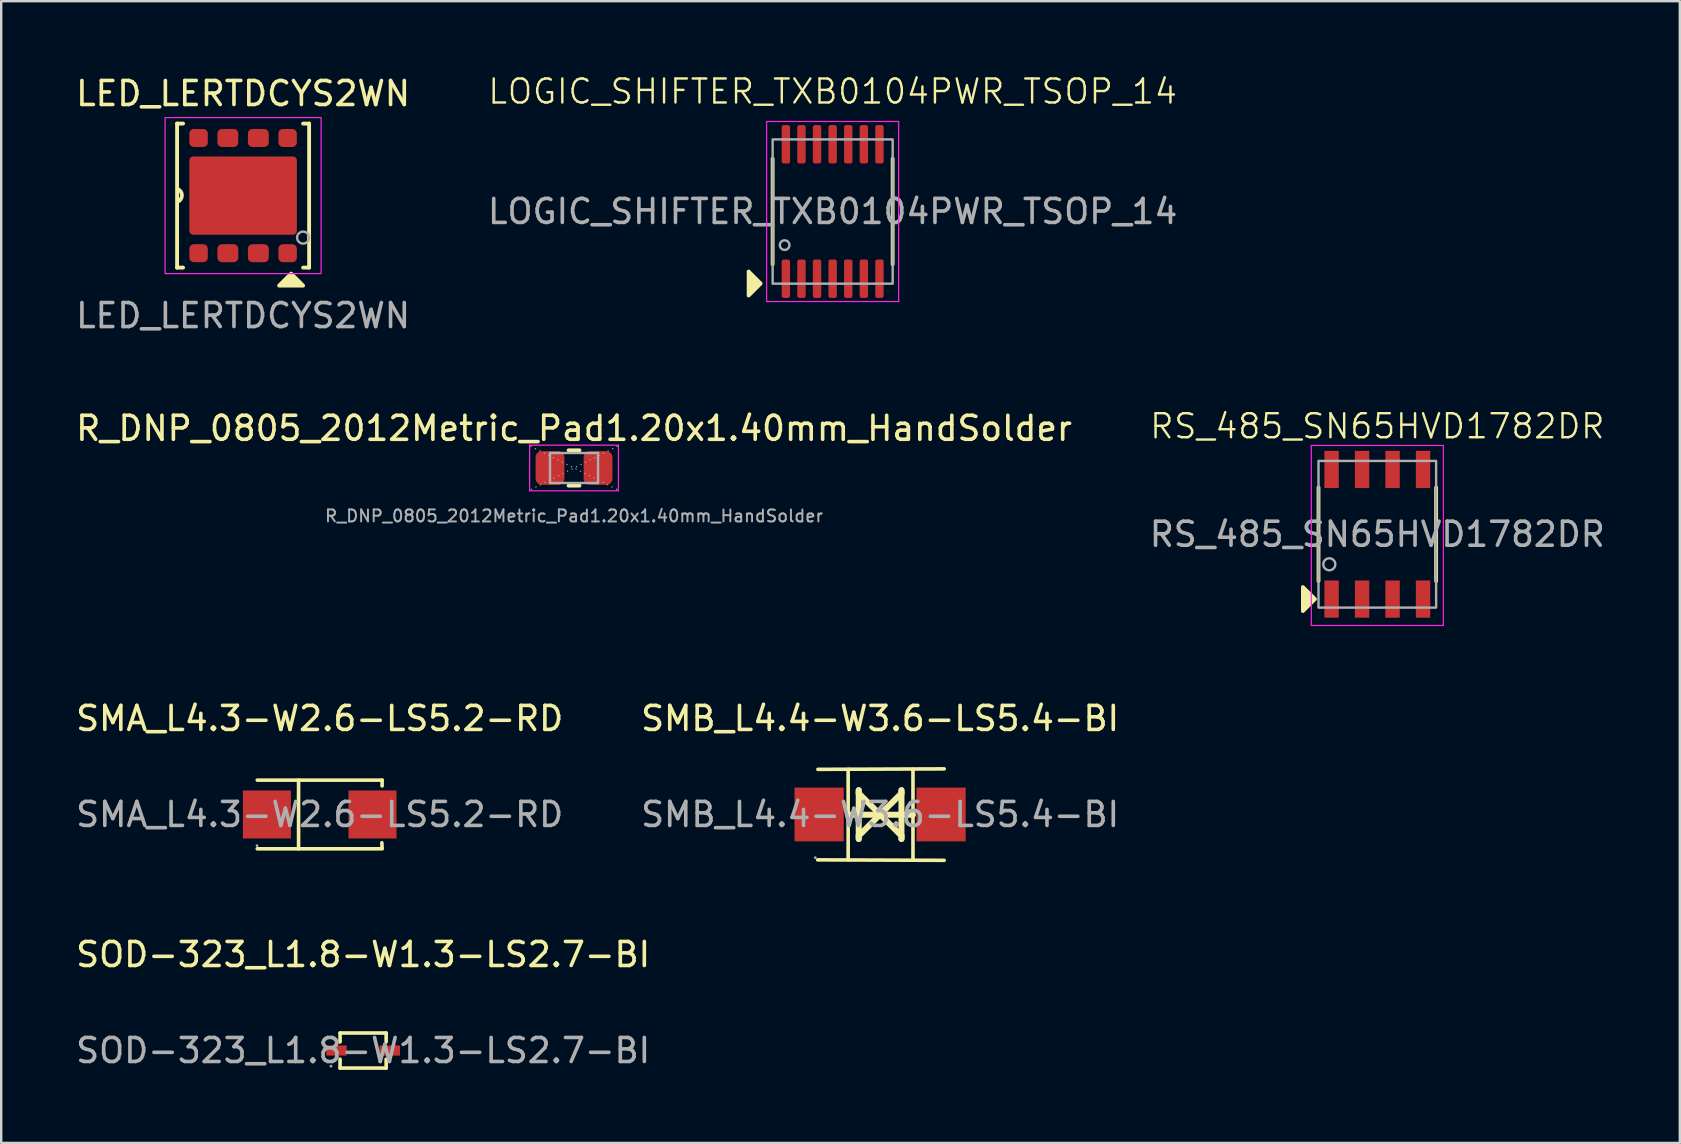
<source format=kicad_pcb>
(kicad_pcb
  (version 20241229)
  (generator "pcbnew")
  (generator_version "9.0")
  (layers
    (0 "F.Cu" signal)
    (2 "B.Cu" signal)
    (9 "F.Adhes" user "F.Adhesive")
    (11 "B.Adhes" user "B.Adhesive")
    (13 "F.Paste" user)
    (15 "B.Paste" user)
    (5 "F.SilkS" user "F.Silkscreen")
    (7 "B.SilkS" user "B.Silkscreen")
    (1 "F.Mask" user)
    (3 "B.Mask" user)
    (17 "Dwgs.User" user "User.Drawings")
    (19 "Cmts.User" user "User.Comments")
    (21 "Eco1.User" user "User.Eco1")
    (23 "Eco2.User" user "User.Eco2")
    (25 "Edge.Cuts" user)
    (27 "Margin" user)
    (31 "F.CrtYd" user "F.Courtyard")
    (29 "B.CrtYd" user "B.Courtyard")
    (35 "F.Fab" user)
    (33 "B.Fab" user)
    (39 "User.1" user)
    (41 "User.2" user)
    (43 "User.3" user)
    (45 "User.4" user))
  (footprint "LED_LERTDCYS2WN"
    (layer "F.Cu")
    (at 7.077 5.098)
    (property "Reference" "LED_LERTDCYS2WN" (at 0 -4.25 0) (layer "F.SilkS") (effects (font (size 1 1) (thickness 0.15))))
    (attr smd)
    (fp_line (start -2.75 -3) (end -2.5 -3) (stroke (width 0.16) (type default)) (layer "F.SilkS"))
    (fp_line (start -2.75 3) (end -2.75 -3) (stroke (width 0.16) (type default)) (layer "F.SilkS"))
    (fp_line (start -2.75 3) (end -2.5 3) (stroke (width 0.16) (type default)) (layer "F.SilkS"))
    (fp_line (start 2.5 -3) (end 2.75 -3) (stroke (width 0.16) (type default)) (layer "F.SilkS"))
    (fp_line (start 2.5 3) (end 2.75 3) (stroke (width 0.16) (type default)) (layer "F.SilkS"))
    (fp_line (start 2.75 3) (end 2.75 -3) (stroke (width 0.16) (type default)) (layer "F.SilkS"))
    (fp_arc (start -2.719896 -0.268438) (mid -2.548691 -0.010503) (end -2.715962 0.25) (stroke (width 0.16) (type default)) (layer "F.SilkS"))
    (fp_poly (pts (xy 1.5 3.75) (xy 2 3.25) (xy 2.5 3.75)) (stroke (width 0.16) (type solid)) (fill yes) (layer "F.SilkS"))
    (fp_rect (start -3.25 -3.25) (end 3.25 3.25) (stroke (width 0.05) (type default)) (fill no) (layer "F.CrtYd"))
    (fp_circle (center 2.5 1.75) (end 2.75 1.75) (stroke (width 0.1) (type default)) (fill no) (layer "F.Fab"))
    (fp_text user "${REFERENCE}" (at 0 5 0) (layer "F.Fab") (effects (font (size 1 1) (thickness 0.15))))
    (dimension (type aligned) (layer "User.1") (pts (xy 9.317 2.698) (xy 4.837 2.698)) (height 0.85) (format (prefix "") (suffix "") (units 3) (units_format 1) (precision 3)) (style (thickness 0.05) (arrow_length 0.1) (text_position_mode 0) (arrow_direction outward) (extension_height 0.2) (extension_offset 0.2) (keep_text_aligned yes)) (gr_text "4.480 mm" (at 7.077 1.723 0) (layer "User.1") (effects (font (size 0.1 0.1) (thickness 0.05)))))
    (dimension (type aligned) (layer "User.1") (pts (xy 7.712 2.9) (xy 6.442 2.9)) (height 0.596) (format (prefix "") (suffix "") (units 3) (units_format 1) (precision 3)) (style (thickness 0.05) (arrow_length 0.1) (text_position_mode 0) (arrow_direction outward) (extension_height 0.2) (extension_offset 0.2) (keep_text_aligned yes)) (gr_text "1.270 mm" (at 7.077 2.179 0) (layer "User.1") (effects (font (size 0.1 0.1) (thickness 0.05)))))
    (pad "1" smd roundrect (at 1.855 2.4) (size 0.67 0.65) (layers "F.Cu" "F.Paste") (roundrect_rratio 0.25))
    (pad "1" smd roundrect (at 1.855 2.4) (size 0.77 0.75) (layers "F.Cu" "F.Mask") (roundrect_rratio 0.25))
    (pad "2" smd roundrect (at 0.635 2.4) (size 0.77 0.65) (layers "F.Cu" "F.Paste") (roundrect_rratio 0.25))
    (pad "2" smd roundrect (at 0.635 2.4) (size 0.87 0.75) (layers "F.Cu" "F.Mask") (roundrect_rratio 0.25))
    (pad "3" smd roundrect (at -0.635 2.4) (size 0.77 0.65) (layers "F.Cu" "F.Paste") (roundrect_rratio 0.25))
    (pad "3" smd roundrect (at -0.635 2.4) (size 0.87 0.75) (layers "F.Cu" "F.Mask") (roundrect_rratio 0.25))
    (pad "4" smd roundrect (at -1.855 2.4) (size 0.67 0.65) (layers "F.Cu" "F.Paste") (roundrect_rratio 0.25))
    (pad "4" smd roundrect (at -1.855 2.4) (size 0.77 0.75) (layers "F.Cu" "F.Mask") (roundrect_rratio 0.25))
    (pad "5" smd roundrect (at -1.855 -2.4) (size 0.67 0.65) (layers "F.Cu" "F.Paste") (roundrect_rratio 0.25))
    (pad "5" smd roundrect (at -1.855 -2.4) (size 0.77 0.75) (layers "F.Cu" "F.Mask") (roundrect_rratio 0.25))
    (pad "6" smd roundrect (at -0.635 -2.4) (size 0.77 0.65) (layers "F.Cu" "F.Paste") (roundrect_rratio 0.25))
    (pad "6" smd roundrect (at -0.635 -2.4) (size 0.87 0.75) (layers "F.Cu" "F.Mask") (roundrect_rratio 0.25))
    (pad "7" smd roundrect (at 0.635 -2.4) (size 0.77 0.65) (layers "F.Cu" "F.Paste") (roundrect_rratio 0.25))
    (pad "7" smd roundrect (at 0.635 -2.4) (size 0.87 0.75) (layers "F.Cu" "F.Mask") (roundrect_rratio 0.25))
    (pad "8" smd roundrect (at 1.855 -2.4) (size 0.67 0.65) (layers "F.Cu" "F.Paste") (roundrect_rratio 0.25))
    (pad "8" smd roundrect (at 1.855 -2.4) (size 0.77 0.75) (layers "F.Cu" "F.Mask") (roundrect_rratio 0.25))
    (pad "9" smd roundrect (at -1.755 -0.86) (size 0.87 1.43) (layers "F.Cu" "F.Paste") (roundrect_rratio 0.25))
    (pad "9" smd roundrect (at -1.755 0.86) (size 0.87 1.43) (layers "F.Cu" "F.Paste") (roundrect_rratio 0.25))
    (pad "9" smd roundrect (at -0.585 -0.86) (size 0.87 1.43) (layers "F.Cu" "F.Paste") (roundrect_rratio 0.25))
    (pad "9" smd roundrect (at -0.585 0.86) (size 0.87 1.43) (layers "F.Cu" "F.Paste") (roundrect_rratio 0.25))
    (pad "9" smd roundrect (at 0 0) (size 4.48 3.26) (property pad_prop_heatsink) (layers "F.Cu" "F.Mask") (roundrect_rratio 0.05))
    (pad "9" smd roundrect (at 0.585 -0.86) (size 0.87 1.43) (layers "F.Cu" "F.Paste") (roundrect_rratio 0.25))
    (pad "9" smd roundrect (at 0.585 0.86) (size 0.87 1.43) (layers "F.Cu" "F.Paste") (roundrect_rratio 0.25))
    (pad "9" smd roundrect (at 1.755 -0.86) (size 0.87 1.43) (layers "F.Cu" "F.Paste") (roundrect_rratio 0.25))
    (pad "9" smd roundrect (at 1.755 0.86) (size 0.87 1.43) (layers "F.Cu" "F.Paste") (roundrect_rratio 0.25)))
  (footprint "LOGIC_SHIFTER_TXB0104PWR_TSOP_14"
    (layer "F.Cu")
    (at 31.637 5.761)
    (property "Reference" "LOGIC_SHIFTER_TXB0104PWR_TSOP_14" (at 0 -5 0) (unlocked yes) (layer "F.SilkS") (effects (font (size 1 1) (thickness 0.1))))
    (attr smd)
    (fp_line (start -2.5 -2.2) (end -2.5 2.2) (stroke (width 0.16) (type default)) (layer "F.SilkS"))
    (fp_line (start 2.5 -2.2) (end 2.5 2.2) (stroke (width 0.16) (type default)) (layer "F.SilkS"))
    (fp_poly (pts (xy -3.5 2.5) (xy -3 3) (xy -3.5 3.5)) (stroke (width 0.16) (type solid)) (fill yes) (layer "F.SilkS"))
    (fp_line (start -2.75 -3.75) (end 2.75 -3.75) (stroke (width 0.05) (type default)) (layer "F.CrtYd"))
    (fp_line (start -2.75 3.75) (end -2.75 -3.75) (stroke (width 0.05) (type default)) (layer "F.CrtYd"))
    (fp_line (start 2.75 -3.75) (end 2.75 3.75) (stroke (width 0.05) (type default)) (layer "F.CrtYd"))
    (fp_line (start 2.75 3.75) (end -2.75 3.75) (stroke (width 0.05) (type default)) (layer "F.CrtYd"))
    (fp_rect (start -2.5 -3.005) (end 2.5 3.005) (stroke (width 0.1) (type default)) (fill no) (layer "F.Fab"))
    (fp_circle (center -2 1.4) (end -1.8 1.4) (stroke (width 0.1) (type default)) (fill no) (layer "F.Fab"))
    (fp_text user "${REFERENCE}" (at 0 0 0) (unlocked yes) (layer "F.Fab") (effects (font (size 1 1) (thickness 0.15))))
    (dimension (type aligned) (layer "User.1") (pts (xy 29.512 2.26) (xy 29.862 2.26)) (height -0.4) (format (prefix "") (suffix "") (units 3) (units_format 1) (precision 2)) (style (thickness 0.01) (arrow_length 0.01) (text_position_mode 2) (arrow_direction outward) (extension_height 0) (extension_offset 0) (keep_text_aligned yes)) (gr_text "0.35 mm" (at 29.737 1.76 0) (layer "User.1") (effects (font (size 0.1 0.1) (thickness 0.15)))))
    (dimension (type aligned) (layer "User.1") (pts (xy 29.687 2.961) (xy 29.687 8.56)) (height 1.05) (format (prefix "") (suffix "") (units 3) (units_format 1) (precision 4) (suppress_zeroes yes)) (style (thickness 0.01) (arrow_length 0.01) (text_position_mode 2) (arrow_direction outward) (extension_height 0) (extension_offset 0) (keep_text_aligned yes)) (gr_text "5.6 mm" (at 28.637 5.761 90) (layer "User.1") (effects (font (size 0.1 0.1) (thickness 0.15)))))
    (dimension (type aligned) (layer "User.1") (pts (xy 29.362 2.16) (xy 29.362 3.76)) (height 0.175) (format (prefix "") (suffix "") (units 3) (units_format 1) (precision 4) (suppress_zeroes yes)) (style (thickness 0.01) (arrow_length 0.01) (text_position_mode 2) (arrow_direction outward) (extension_height 0) (extension_offset 0) (keep_text_aligned yes)) (gr_text "1.6 mm" (at 29.187 2.861 90) (layer "User.1") (effects (font (size 0.1 0.1) (thickness 0.15)))))
    (dimension (type aligned) (layer "User.1") (pts (xy 30.987 3.061) (xy 31.637 3.061)) (height -1.2) (format (prefix "") (suffix "") (units 3) (units_format 1) (precision 2) (suppress_zeroes yes)) (style (thickness 0.01) (arrow_length 0.01) (text_position_mode 0) (arrow_direction outward) (extension_height 0) (extension_offset 0) (keep_text_aligned yes)) (gr_text "0.65 mm" (at 31.312 1.736 0) (layer "User.1") (effects (font (size 0.1 0.1) (thickness 0.15)))))
    (pad "1" smd roundrect (at -1.95 2.8) (size 0.35 1.6) (layers "F.Cu" "F.Mask" "F.Paste") (roundrect_rratio 0.25))
    (pad "2" smd roundrect (at -1.3 2.8) (size 0.35 1.6) (layers "F.Cu" "F.Mask" "F.Paste") (roundrect_rratio 0.25))
    (pad "3" smd roundrect (at -0.65 2.8) (size 0.35 1.6) (layers "F.Cu" "F.Mask" "F.Paste") (roundrect_rratio 0.25))
    (pad "4" smd roundrect (at 0 2.8) (size 0.35 1.6) (layers "F.Cu" "F.Mask" "F.Paste") (roundrect_rratio 0.25))
    (pad "5" smd roundrect (at 0.65 2.8) (size 0.35 1.6) (layers "F.Cu" "F.Mask" "F.Paste") (roundrect_rratio 0.25))
    (pad "6" smd roundrect (at 1.3 2.8) (size 0.35 1.6) (layers "F.Cu" "F.Mask" "F.Paste") (roundrect_rratio 0.25))
    (pad "7" smd roundrect (at 1.95 2.8) (size 0.35 1.6) (layers "F.Cu" "F.Mask" "F.Paste") (roundrect_rratio 0.25))
    (pad "8" smd roundrect (at 1.95 -2.8) (size 0.35 1.6) (layers "F.Cu" "F.Mask" "F.Paste") (roundrect_rratio 0.25))
    (pad "9" smd roundrect (at 1.3 -2.8) (size 0.35 1.6) (layers "F.Cu" "F.Mask" "F.Paste") (roundrect_rratio 0.25))
    (pad "10" smd roundrect (at 0.65 -2.8) (size 0.35 1.6) (layers "F.Cu" "F.Mask" "F.Paste") (roundrect_rratio 0.25))
    (pad "11" smd roundrect (at 0 -2.8) (size 0.35 1.6) (layers "F.Cu" "F.Mask" "F.Paste") (roundrect_rratio 0.25))
    (pad "12" smd roundrect (at -0.65 -2.8) (size 0.35 1.6) (layers "F.Cu" "F.Mask" "F.Paste") (roundrect_rratio 0.25))
    (pad "13" smd roundrect (at -1.3 -2.8) (size 0.35 1.6) (layers "F.Cu" "F.Mask" "F.Paste") (roundrect_rratio 0.25))
    (pad "14" smd roundrect (at -1.95 -2.8) (size 0.35 1.6) (layers "F.Cu" "F.Mask" "F.Paste") (roundrect_rratio 0.25)))
  (footprint "SMA_L4.3-W2.6-LS5.2-RD"
    (layer "F.Cu")
    (at 10.268 30.88)
    (property "Reference" "SMA_L4.3-W2.6-LS5.2-RD" (at 0 -4 0) (layer "F.SilkS") (effects (font (size 1 1) (thickness 0.15))))
    (attr smd)
    (fp_line (start -2.6 -1.43) (end 2.6 -1.43) (stroke (width 0.15) (type solid)) (layer "F.SilkS"))
    (fp_line (start -2.6 1.43) (end 2.6 1.43) (stroke (width 0.15) (type solid)) (layer "F.SilkS"))
    (fp_line (start -0.88 -1.43) (end -0.88 1.43) (stroke (width 0.15) (type solid)) (layer "F.SilkS"))
    (fp_line (start 2.59 1.18) (end 2.6 1.41) (stroke (width 0.15) (type solid)) (layer "F.SilkS"))
    (fp_line (start 2.6 -1.43) (end 2.6 -1.19) (stroke (width 0.15) (type solid)) (layer "F.SilkS"))
    (fp_circle (center -2.61 1.3) (end -2.58 1.3) (stroke (width 0.06) (type solid)) (fill no) (layer "F.Fab"))
    (fp_text user "${REFERENCE}" (at 0 0 0) (layer "F.Fab") (effects (font (size 1 1) (thickness 0.15))))
    (pad "1" smd rect (at -2.2 0 180) (size 2 2) (layers "F.Cu" "F.Mask" "F.Paste"))
    (pad "2" smd rect (at 2.2 0 180) (size 2 2) (layers "F.Cu" "F.Mask" "F.Paste")))
  (footprint "RS_485_SN65HVD1782DR"
    (layer "F.Cu")
    (at 54.327 19.207)
    (property "Reference" "RS_485_SN65HVD1782DR" (at 0 -4.5 0) (unlocked yes) (layer "F.SilkS") (effects (font (size 1 1) (thickness 0.1))))
    (attr smd)
    (fp_line (start -2.45 -1.95) (end -2.45 1.95) (stroke (width 0.16) (type default)) (layer "F.SilkS"))
    (fp_line (start 2.45 -1.95) (end 2.45 1.95) (stroke (width 0.16) (type default)) (layer "F.SilkS"))
    (fp_poly (pts (xy -3.1 2.2) (xy -2.6 2.7) (xy -3.1 3.2)) (stroke (width 0.16) (type solid)) (fill yes) (layer "F.SilkS"))
    (fp_line (start -2.75 -3.7) (end 2.75 -3.7) (stroke (width 0.05) (type default)) (layer "F.CrtYd"))
    (fp_line (start -2.75 3.8) (end -2.75 -3.7) (stroke (width 0.05) (type default)) (layer "F.CrtYd"))
    (fp_line (start 2.75 -3.7) (end 2.75 3.8) (stroke (width 0.05) (type default)) (layer "F.CrtYd"))
    (fp_line (start 2.75 3.8) (end -2.75 3.8) (stroke (width 0.05) (type default)) (layer "F.CrtYd"))
    (fp_rect (start -2.45 -3.055) (end 2.45 3.055) (stroke (width 0.1) (type default)) (fill no) (layer "F.Fab"))
    (fp_circle (center -2 1.25) (end -1.75 1.25) (stroke (width 0.1) (type default)) (fill no) (layer "F.Fab"))
    (fp_text user "${REFERENCE}" (at 0 0 0) (unlocked yes) (layer "F.Fab") (effects (font (size 1 1) (thickness 0.15))))
    (dimension (type aligned) (layer "User.1") (pts (xy 56.532 17.282) (xy 56.532 15.732)) (height 1.595) (format (prefix "") (suffix "") (units 3) (units_format 1) (precision 4)) (style (thickness 0.01) (arrow_length 0.01) (text_position_mode 2) (arrow_direction outward) (extension_height 0) (extension_offset 0) (keep_text_aligned yes)) (gr_text "1.5500 mm" (at 58.077 16.457 90) (layer "User.1") (effects (font (size 0.1 0.1) (thickness 0.15)))))
    (dimension (type aligned) (layer "User.1") (pts (xy 53.692 16.507) (xy 52.422 16.507)) (height 1.1) (format (prefix "") (suffix "") (units 3) (units_format 1) (precision 4)) (style (thickness 0.01) (arrow_length 0.01) (text_position_mode 2) (arrow_direction outward) (extension_height 0) (extension_offset 0) (keep_text_aligned yes)) (gr_text "1.2700 mm" (at 53.077 15.407 0) (layer "User.1") (effects (font (size 0.1 0.1) (thickness 0.15)))))
    (dimension (type aligned) (layer "User.1") (pts (xy 56.532 15.732) (xy 55.932 15.732)) (height 0.525) (format (prefix "") (suffix "") (units 3) (units_format 1) (precision 4)) (style (thickness 0.01) (arrow_length 0.01) (text_position_mode 2) (arrow_direction outward) (extension_height 0) (extension_offset 0) (keep_text_aligned yes)) (gr_text "0.6000 mm" (at 56.327 14.957 0) (layer "User.1") (effects (font (size 0.1 0.1) (thickness 0.15)))))
    (dimension (type aligned) (layer "User.1") (pts (xy 52.422 16.507) (xy 52.422 21.907)) (height 1.595) (format (prefix "") (suffix "") (units 3) (units_format 1) (precision 4)) (style (thickness 0.01) (arrow_length 0.01) (text_position_mode 2) (arrow_direction outward) (extension_height 0) (extension_offset 0) (keep_text_aligned yes)) (gr_text "5.4000 mm" (at 50.577 18.457 90) (layer "User.1") (effects (font (size 0.1 0.1) (thickness 0.15)))))
    (pad "1" smd rect (at -1.905 2.7) (size 0.6 1.55) (layers "F.Cu" "F.Mask" "F.Paste"))
    (pad "2" smd rect (at -0.635 2.7) (size 0.6 1.55) (layers "F.Cu" "F.Mask" "F.Paste"))
    (pad "3" smd rect (at 0.635 2.7) (size 0.6 1.55) (layers "F.Cu" "F.Mask" "F.Paste"))
    (pad "4" smd rect (at 1.905 2.7) (size 0.6 1.55) (layers "F.Cu" "F.Mask" "F.Paste"))
    (pad "5" smd rect (at 1.905 -2.7) (size 0.6 1.55) (layers "F.Cu" "F.Mask" "F.Paste"))
    (pad "6" smd rect (at 0.635 -2.7) (size 0.6 1.55) (layers "F.Cu" "F.Mask" "F.Paste"))
    (pad "7" smd rect (at -0.635 -2.7) (size 0.6 1.55) (layers "F.Cu" "F.Mask" "F.Paste"))
    (pad "8" smd rect (at -1.905 -2.7) (size 0.6 1.55) (layers "F.Cu" "F.Mask" "F.Paste")))
  (footprint "SOD-323_L1.8-W1.3-LS2.7-BI"
    (layer "F.Cu")
    (at 12.077 40.714)
    (property "Reference" "SOD-323_L1.8-W1.3-LS2.7-BI" (at 0 -4 0) (layer "F.SilkS") (effects (font (size 1 1) (thickness 0.15))))
    (attr smd)
    (fp_line (start -0.96 -0.73) (end 0.96 -0.73) (stroke (width 0.15) (type solid)) (layer "F.SilkS"))
    (fp_line (start -0.96 -0.36) (end -0.96 -0.73) (stroke (width 0.15) (type solid)) (layer "F.SilkS"))
    (fp_line (start -0.96 0.36) (end -0.96 0.73) (stroke (width 0.15) (type solid)) (layer "F.SilkS"))
    (fp_line (start -0.96 0.73) (end 0.96 0.73) (stroke (width 0.15) (type solid)) (layer "F.SilkS"))
    (fp_line (start 0.96 -0.36) (end 0.96 -0.73) (stroke (width 0.15) (type solid)) (layer "F.SilkS"))
    (fp_line (start 0.96 0.36) (end 0.96 0.73) (stroke (width 0.15) (type solid)) (layer "F.SilkS"))
    (fp_circle (center -1.34 0.65) (end -1.31 0.65) (stroke (width 0.06) (type solid)) (fill no) (layer "F.Fab"))
    (fp_text user "${REFERENCE}" (at 0 0 0) (layer "F.Fab") (effects (font (size 1 1) (thickness 0.15))))
    (pad "1" smd rect (at -1.11 0) (size 0.85 0.42) (layers "F.Cu" "F.Mask" "F.Paste"))
    (pad "2" smd rect (at 1.11 0) (size 0.85 0.42) (layers "F.Cu" "F.Mask" "F.Paste")))
  (footprint "R_DNP_0805_2012Metric_Pad1.20x1.40mm_HandSolder"
    (layer "F.Cu")
    (at 20.863 16.445)
    (property "Reference" "R_DNP_0805_2012Metric_Pad1.20x1.40mm_HandSolder" (at 0 -1.65 0) (layer "F.SilkS") (effects (font (size 1 1) (thickness 0.15))))
    (attr smd)
    (fp_line (start -0.227 -0.735) (end 0.227 -0.735) (stroke (width 0.16) (type solid)) (layer "F.SilkS"))
    (fp_line (start -0.227 0.735) (end 0.227 0.735) (stroke (width 0.16) (type solid)) (layer "F.SilkS"))
    (fp_line (start -1.85 -0.95) (end 1.85 -0.95) (stroke (width 0.05) (type solid)) (layer "F.CrtYd"))
    (fp_line (start -1.85 0.95) (end -1.85 -0.95) (stroke (width 0.05) (type solid)) (layer "F.CrtYd"))
    (fp_line (start 1.85 -0.95) (end 1.85 0.95) (stroke (width 0.05) (type solid)) (layer "F.CrtYd"))
    (fp_line (start 1.85 0.95) (end -1.85 0.95) (stroke (width 0.05) (type solid)) (layer "F.CrtYd"))
    (fp_line (start -1.8 -0.9) (end 1.8 0.9) (stroke (width 0.05) (type dot)) (layer "F.Fab"))
    (fp_line (start -1 -0.625) (end 1 -0.625) (stroke (width 0.1) (type solid)) (layer "F.Fab"))
    (fp_line (start -1 0.625) (end -1 -0.625) (stroke (width 0.1) (type solid)) (layer "F.Fab"))
    (fp_line (start 1 -0.625) (end 1 0.625) (stroke (width 0.1) (type solid)) (layer "F.Fab"))
    (fp_line (start 1 0.625) (end -1 0.625) (stroke (width 0.1) (type solid)) (layer "F.Fab"))
    (fp_line (start 1.8 -0.9) (end -1.8 0.9) (stroke (width 0.05) (type dot)) (layer "F.Fab"))
    (fp_text user "${REFERENCE}" (at 0 2 0) (layer "F.Fab") (effects (font (size 0.5 0.5) (thickness 0.08))))
    (pad "1" smd roundrect (at -1 0) (size 1.2 1.4) (layers "F.Cu" "F.Mask" "F.Paste") (roundrect_rratio 0.208))
    (pad "2" smd roundrect (at 1 0) (size 1.2 1.4) (layers "F.Cu" "F.Mask" "F.Paste") (roundrect_rratio 0.208)))
  (footprint "SMB_L4.4-W3.6-LS5.4-BI"
    (layer "F.Cu")
    (at 33.613 30.88)
    (property "Reference" "SMB_L4.4-W3.6-LS5.4-BI" (at 0 -4 0) (layer "F.SilkS") (effects (font (size 1 1) (thickness 0.15))))
    (attr smd)
    (fp_line (start -1.33 0.01) (end 1.37 0.01) (stroke (width 0.25) (type solid)) (layer "F.SilkS"))
    (fp_line (start -1.33 1.89) (end -1.33 -1.88) (stroke (width 0.15) (type solid)) (layer "F.SilkS"))
    (fp_line (start -0.89 -1.01) (end -0.89 1.02) (stroke (width 0.25) (type solid)) (layer "F.SilkS"))
    (fp_line (start -0.89 -0.88) (end -0.89 -1.01) (stroke (width 0.25) (type solid)) (layer "F.SilkS"))
    (fp_line (start -0.89 0.89) (end 0 0) (stroke (width 0.25) (type solid)) (layer "F.SilkS"))
    (fp_line (start -0.89 1.02) (end -0.89 0.89) (stroke (width 0.25) (type solid)) (layer "F.SilkS"))
    (fp_line (start 0 0) (end -0.89 -0.88) (stroke (width 0.25) (type solid)) (layer "F.SilkS"))
    (fp_line (start 0 0) (end 0.89 0.89) (stroke (width 0.25) (type solid)) (layer "F.SilkS"))
    (fp_line (start 0.89 -1.01) (end 0.89 -0.88) (stroke (width 0.25) (type solid)) (layer "F.SilkS"))
    (fp_line (start 0.89 -0.88) (end 0 0) (stroke (width 0.25) (type solid)) (layer "F.SilkS"))
    (fp_line (start 0.89 0.89) (end 0.89 1.02) (stroke (width 0.25) (type solid)) (layer "F.SilkS"))
    (fp_line (start 0.89 1.02) (end 0.89 -1.01) (stroke (width 0.25) (type solid)) (layer "F.SilkS"))
    (fp_line (start 1.37 1.89) (end 1.37 -1.88) (stroke (width 0.15) (type solid)) (layer "F.SilkS"))
    (fp_line (start 2.67 -1.9) (end -2.59 -1.88) (stroke (width 0.15) (type solid)) (layer "F.SilkS"))
    (fp_line (start 2.67 1.91) (end -2.6 1.89) (stroke (width 0.15) (type solid)) (layer "F.SilkS"))
    (fp_circle (center -2.7 1.8) (end -2.67 1.8) (stroke (width 0.06) (type solid)) (fill no) (layer "F.Fab"))
    (fp_text user "${REFERENCE}" (at 0 0 0) (layer "F.Fab") (effects (font (size 1 1) (thickness 0.15))))
    (pad "1" smd rect (at -2.54 0) (size 2.05 2.24) (layers "F.Cu" "F.Mask" "F.Paste"))
    (pad "2" smd rect (at 2.54 0) (size 2.05 2.24) (layers "F.Cu" "F.Mask" "F.Paste")))
  (gr_rect
    (start -3 -3)
    (end 66.929 44.562)
    (stroke (width 0.1) (type default))
    (fill no)
    (layer "Edge.Cuts")))
</source>
